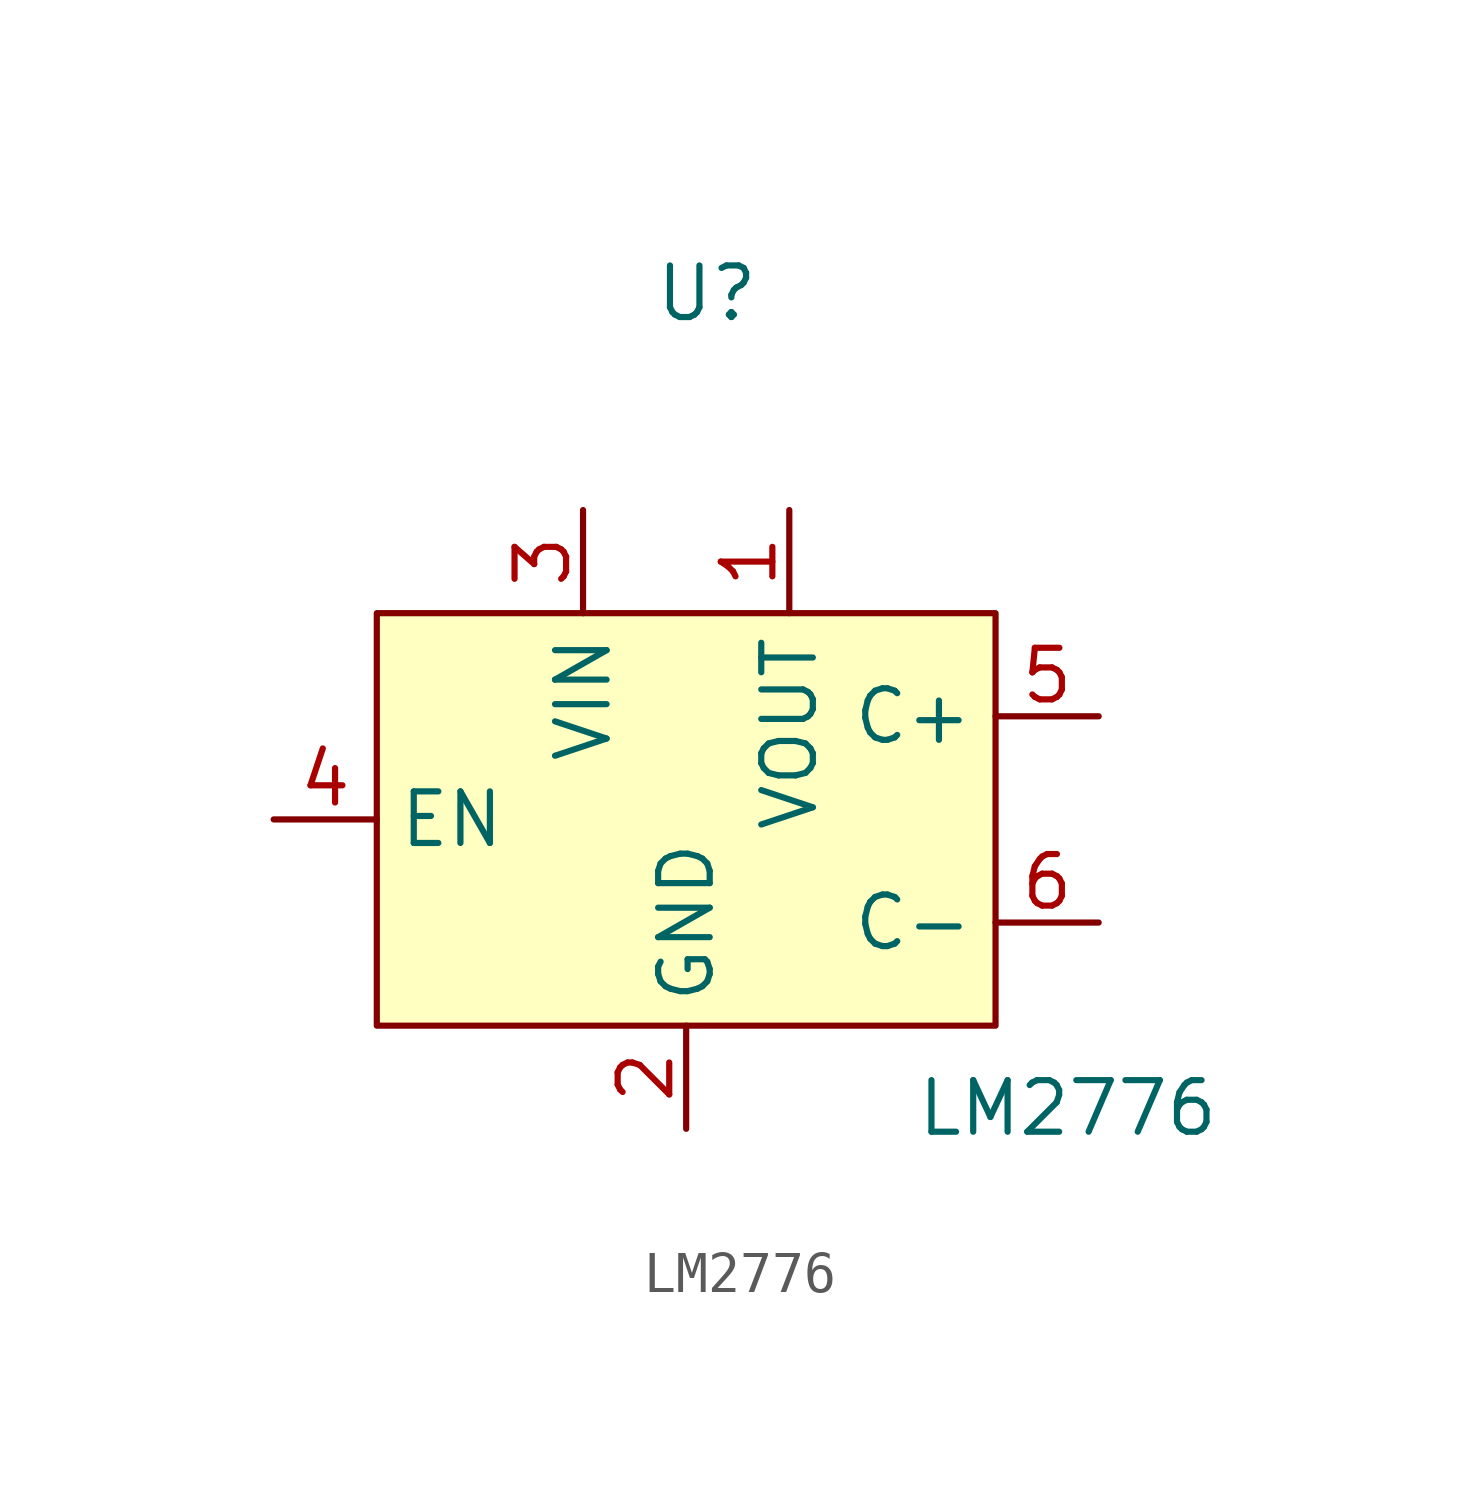
<source format=kicad_sym>
(kicad_symbol_lib
  (version 20231120)
  (generator "kicad_symbol_editor")
  (generator_version "8.0")
  (symbol "LM2776"
    (property "Reference" "U"
      (at 0.508 7.874 0)
      (effects (font (size 1.27 1.27))))
    (property "Value" "LM2776"
      (at 9.398 -12.192 0)
      (effects (font (size 1.27 1.27))))
    (symbol "LM2776_1_0"
      (pin power_out line (at 2.54 2.54 270) (length 2.54) (name "VOUT" (effects (font (size 1.27 1.27)))) (number "1" (effects (font (size 1.27 1.27)))))
      (pin power_in line (at 0 -12.7 90) (length 2.54) (name "GND" (effects (font (size 1.27 1.27)))) (number "2" (effects (font (size 1.27 1.27)))))
      (pin power_in line (at -2.54 2.54 270) (length 2.54) (name "VIN" (effects (font (size 1.27 1.27)))) (number "3" (effects (font (size 1.27 1.27)))))
      (pin input line (at -10.16 -5.08 0) (length 2.54) (name "EN" (effects (font (size 1.27 1.27)))) (number "4" (effects (font (size 1.27 1.27)))))
      (pin passive line (at 10.16 -2.54 180) (length 2.54) (name "C+" (effects (font (size 1.27 1.27)))) (number "5" (effects (font (size 1.27 1.27)))))
      (pin passive line (at 10.16 -7.62 180) (length 2.54) (name "C-" (effects (font (size 1.27 1.27)))) (number "6" (effects (font (size 1.27 1.27))))))
    (symbol "LM2776_1_1"
      (rectangle (start -7.62 0) (end 7.62 -10.16) (stroke (width 0) (type default)) (fill (type background))))))
</source>
